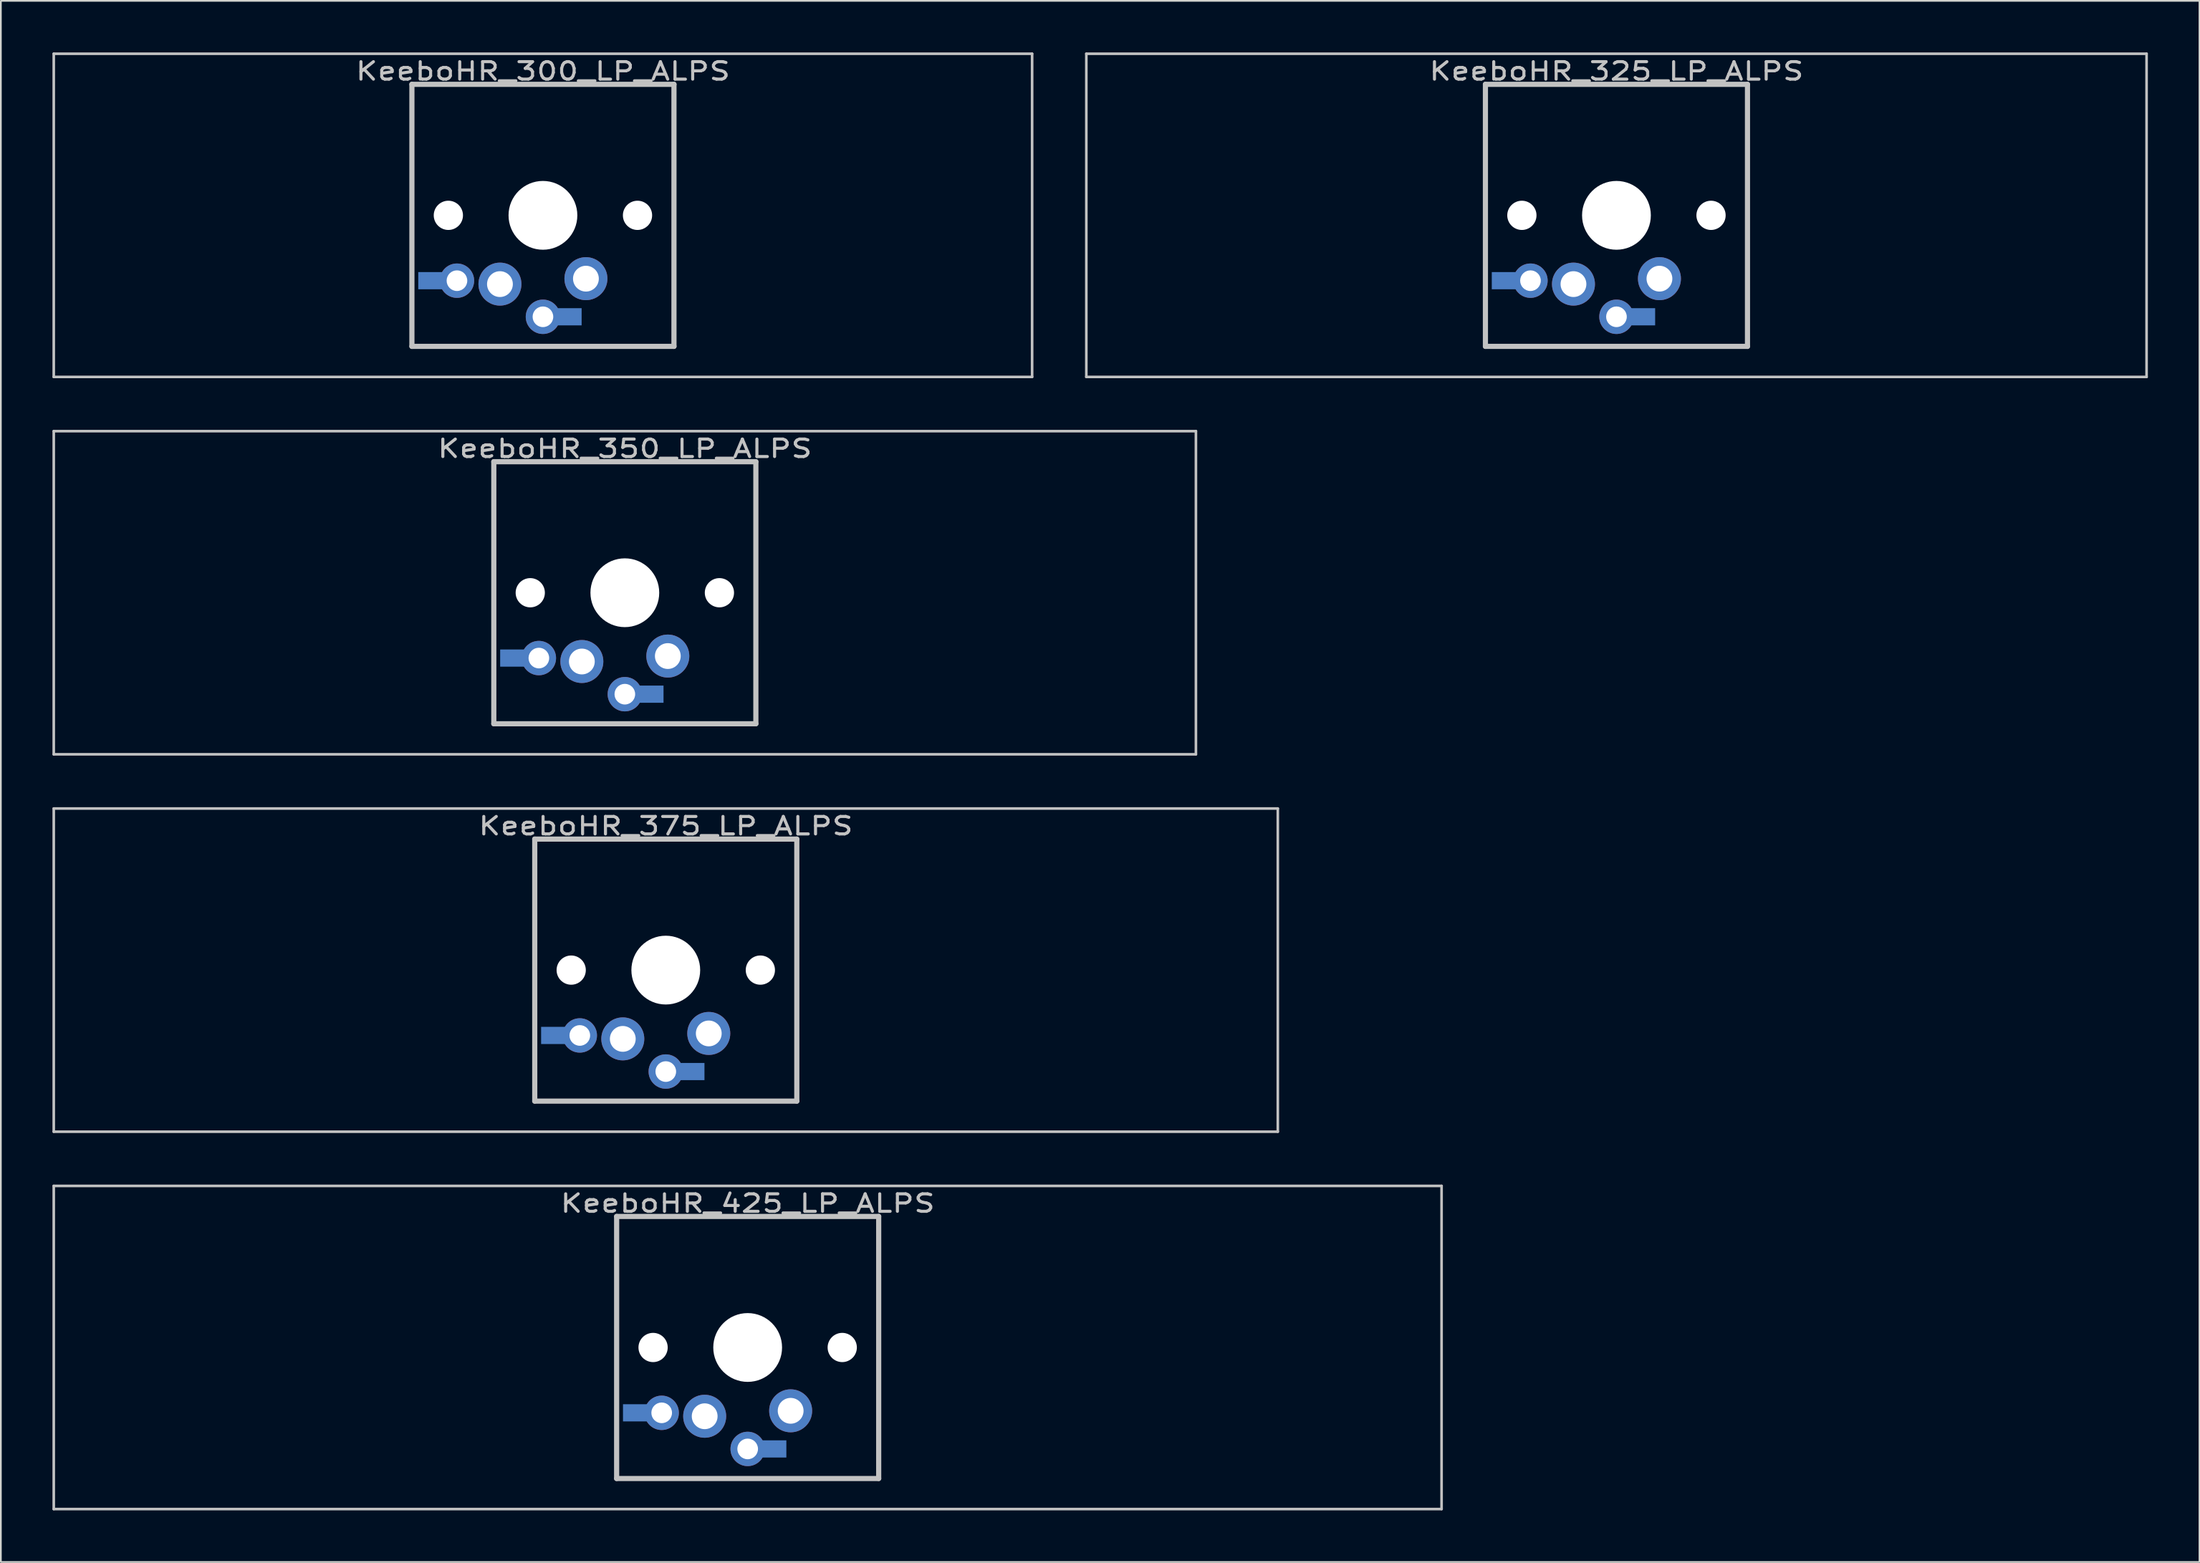
<source format=kicad_pcb>
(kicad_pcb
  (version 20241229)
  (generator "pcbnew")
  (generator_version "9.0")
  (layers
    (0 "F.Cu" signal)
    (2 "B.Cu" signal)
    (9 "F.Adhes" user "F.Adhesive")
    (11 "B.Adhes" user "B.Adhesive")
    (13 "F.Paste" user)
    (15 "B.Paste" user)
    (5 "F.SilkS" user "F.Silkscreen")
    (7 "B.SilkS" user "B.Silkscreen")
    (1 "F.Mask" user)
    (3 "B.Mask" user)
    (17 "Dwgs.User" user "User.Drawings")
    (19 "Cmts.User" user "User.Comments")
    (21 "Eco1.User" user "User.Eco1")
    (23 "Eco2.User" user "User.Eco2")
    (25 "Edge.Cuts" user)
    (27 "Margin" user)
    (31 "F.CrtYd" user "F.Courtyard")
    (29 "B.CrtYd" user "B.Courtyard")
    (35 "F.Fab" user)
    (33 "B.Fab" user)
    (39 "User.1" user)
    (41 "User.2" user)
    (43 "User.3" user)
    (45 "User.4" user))
  (footprint "KeeboHR_425_LP_ALPS"
    (layer "B.Cu")
    (at 40.43 75.319)
    (property "Reference" "KeeboHR_425_LP_ALPS" (at 0 -8.382 0) (layer "Dwgs.User") (effects (font (size 1.016 1.27) (thickness 0.178))))
    (attr through_hole)
    (fp_line (start -40.354 -9.398) (end 40.354 -9.398) (stroke (width 0.152) (type solid)) (layer "Dwgs.User"))
    (fp_line (start -40.354 9.398) (end -40.354 -9.398) (stroke (width 0.152) (type solid)) (layer "Dwgs.User"))
    (fp_line (start -7.62 -7.62) (end 7.62 -7.62) (stroke (width 0.3) (type solid)) (layer "Dwgs.User"))
    (fp_line (start -7.62 7.62) (end -7.62 -7.62) (stroke (width 0.3) (type solid)) (layer "Dwgs.User"))
    (fp_line (start 7.62 -7.62) (end 7.62 7.62) (stroke (width 0.3) (type solid)) (layer "Dwgs.User"))
    (fp_line (start 7.62 7.62) (end -7.62 7.62) (stroke (width 0.3) (type solid)) (layer "Dwgs.User"))
    (fp_line (start 40.354 -9.398) (end 40.354 9.398) (stroke (width 0.152) (type solid)) (layer "Dwgs.User"))
    (fp_line (start 40.354 9.398) (end -40.354 9.398) (stroke (width 0.152) (type solid)) (layer "Dwgs.User"))
    (pad "" np_thru_hole circle (at -5.5 0) (size 1.7 1.7) (drill 1.7) (layers "*.Cu" "*.Mask"))
    (pad "" np_thru_hole circle (at 0 0) (size 4 4) (drill 4) (layers "*.Cu" "*.Mask"))
    (pad "" np_thru_hole circle (at 5.5 0) (size 1.7 1.7) (drill 1.7) (layers "*.Cu" "*.Mask"))
    (pad "1" thru_hole circle (at 0 5.9) (size 2 2) (drill 1.2) (layers "*.Cu" "*.Mask"))
    (pad "1" smd rect (at 1.25 5.9) (size 2 1) (layers "B.Cu" "B.Mask"))
    (pad "1" thru_hole circle (at 2.5 3.683) (size 2.5 2.5) (drill 1.5) (layers "*.Cu" "*.Mask"))
    (pad "2" smd rect (at -6.25 3.8) (size 2 1) (layers "B.Cu" "B.Mask"))
    (pad "2" thru_hole circle (at -5 3.8) (size 2 2) (drill 1.2) (layers "*.Cu" "*.Mask"))
    (pad "2" thru_hole circle (at -2.5 4) (size 2.5 2.5) (drill 1.5) (layers "*.Cu" "*.Mask")))
  (footprint "KeeboHR_350_LP_ALPS"
    (layer "B.Cu")
    (at 33.287 31.423)
    (property "Reference" "KeeboHR_350_LP_ALPS" (at 0 -8.382 0) (layer "Dwgs.User") (effects (font (size 1.016 1.27) (thickness 0.178))))
    (attr through_hole)
    (fp_line (start -33.211 -9.398) (end 33.211 -9.398) (stroke (width 0.152) (type solid)) (layer "Dwgs.User"))
    (fp_line (start -33.211 9.398) (end -33.211 -9.398) (stroke (width 0.152) (type solid)) (layer "Dwgs.User"))
    (fp_line (start -7.62 -7.62) (end 7.62 -7.62) (stroke (width 0.3) (type solid)) (layer "Dwgs.User"))
    (fp_line (start -7.62 7.62) (end -7.62 -7.62) (stroke (width 0.3) (type solid)) (layer "Dwgs.User"))
    (fp_line (start 7.62 -7.62) (end 7.62 7.62) (stroke (width 0.3) (type solid)) (layer "Dwgs.User"))
    (fp_line (start 7.62 7.62) (end -7.62 7.62) (stroke (width 0.3) (type solid)) (layer "Dwgs.User"))
    (fp_line (start 33.211 -9.398) (end 33.211 9.398) (stroke (width 0.152) (type solid)) (layer "Dwgs.User"))
    (fp_line (start 33.211 9.398) (end -33.211 9.398) (stroke (width 0.152) (type solid)) (layer "Dwgs.User"))
    (pad "" np_thru_hole circle (at -5.5 0) (size 1.7 1.7) (drill 1.7) (layers "*.Cu" "*.Mask"))
    (pad "" np_thru_hole circle (at 0 0) (size 4 4) (drill 4) (layers "*.Cu" "*.Mask"))
    (pad "" np_thru_hole circle (at 5.5 0) (size 1.7 1.7) (drill 1.7) (layers "*.Cu" "*.Mask"))
    (pad "1" thru_hole circle (at 0 5.9) (size 2 2) (drill 1.2) (layers "*.Cu" "*.Mask"))
    (pad "1" smd rect (at 1.25 5.9) (size 2 1) (layers "B.Cu" "B.Mask"))
    (pad "1" thru_hole circle (at 2.5 3.683) (size 2.5 2.5) (drill 1.5) (layers "*.Cu" "*.Mask"))
    (pad "2" smd rect (at -6.25 3.8) (size 2 1) (layers "B.Cu" "B.Mask"))
    (pad "2" thru_hole circle (at -5 3.8) (size 2 2) (drill 1.2) (layers "*.Cu" "*.Mask"))
    (pad "2" thru_hole circle (at -2.5 4) (size 2.5 2.5) (drill 1.5) (layers "*.Cu" "*.Mask")))
  (footprint "KeeboHR_325_LP_ALPS"
    (layer "B.Cu")
    (at 90.954 9.474)
    (property "Reference" "KeeboHR_325_LP_ALPS" (at 0 -8.382 0) (layer "Dwgs.User") (effects (font (size 1.016 1.27) (thickness 0.178))))
    (attr through_hole)
    (fp_line (start -30.829 -9.398) (end 30.829 -9.398) (stroke (width 0.152) (type solid)) (layer "Dwgs.User"))
    (fp_line (start -30.829 9.398) (end -30.829 -9.398) (stroke (width 0.152) (type solid)) (layer "Dwgs.User"))
    (fp_line (start -7.62 -7.62) (end 7.62 -7.62) (stroke (width 0.3) (type solid)) (layer "Dwgs.User"))
    (fp_line (start -7.62 7.62) (end -7.62 -7.62) (stroke (width 0.3) (type solid)) (layer "Dwgs.User"))
    (fp_line (start 7.62 -7.62) (end 7.62 7.62) (stroke (width 0.3) (type solid)) (layer "Dwgs.User"))
    (fp_line (start 7.62 7.62) (end -7.62 7.62) (stroke (width 0.3) (type solid)) (layer "Dwgs.User"))
    (fp_line (start 30.829 -9.398) (end 30.829 9.398) (stroke (width 0.152) (type solid)) (layer "Dwgs.User"))
    (fp_line (start 30.829 9.398) (end -30.829 9.398) (stroke (width 0.152) (type solid)) (layer "Dwgs.User"))
    (pad "" np_thru_hole circle (at -5.5 0) (size 1.7 1.7) (drill 1.7) (layers "*.Cu" "*.Mask"))
    (pad "" np_thru_hole circle (at 0 0) (size 4 4) (drill 4) (layers "*.Cu" "*.Mask"))
    (pad "" np_thru_hole circle (at 5.5 0) (size 1.7 1.7) (drill 1.7) (layers "*.Cu" "*.Mask"))
    (pad "1" thru_hole circle (at 0 5.9) (size 2 2) (drill 1.2) (layers "*.Cu" "*.Mask"))
    (pad "1" smd rect (at 1.25 5.9) (size 2 1) (layers "B.Cu" "B.Mask"))
    (pad "1" thru_hole circle (at 2.5 3.683) (size 2.5 2.5) (drill 1.5) (layers "*.Cu" "*.Mask"))
    (pad "2" smd rect (at -6.25 3.8) (size 2 1) (layers "B.Cu" "B.Mask"))
    (pad "2" thru_hole circle (at -5 3.8) (size 2 2) (drill 1.2) (layers "*.Cu" "*.Mask"))
    (pad "2" thru_hole circle (at -2.5 4) (size 2.5 2.5) (drill 1.5) (layers "*.Cu" "*.Mask")))
  (footprint "KeeboHR_300_LP_ALPS"
    (layer "B.Cu")
    (at 28.524 9.474)
    (property "Reference" "KeeboHR_300_LP_ALPS" (at 0 -8.382 0) (layer "Dwgs.User") (effects (font (size 1.016 1.27) (thickness 0.178))))
    (attr through_hole)
    (fp_line (start -28.448 -9.398) (end 28.448 -9.398) (stroke (width 0.152) (type solid)) (layer "Dwgs.User"))
    (fp_line (start -28.448 9.398) (end -28.448 -9.398) (stroke (width 0.152) (type solid)) (layer "Dwgs.User"))
    (fp_line (start -7.62 -7.62) (end 7.62 -7.62) (stroke (width 0.3) (type solid)) (layer "Dwgs.User"))
    (fp_line (start -7.62 7.62) (end -7.62 -7.62) (stroke (width 0.3) (type solid)) (layer "Dwgs.User"))
    (fp_line (start 7.62 -7.62) (end 7.62 7.62) (stroke (width 0.3) (type solid)) (layer "Dwgs.User"))
    (fp_line (start 7.62 7.62) (end -7.62 7.62) (stroke (width 0.3) (type solid)) (layer "Dwgs.User"))
    (fp_line (start 28.448 -9.398) (end 28.448 9.398) (stroke (width 0.152) (type solid)) (layer "Dwgs.User"))
    (fp_line (start 28.448 9.398) (end -28.448 9.398) (stroke (width 0.152) (type solid)) (layer "Dwgs.User"))
    (pad "" np_thru_hole circle (at -5.5 0) (size 1.7 1.7) (drill 1.7) (layers "*.Cu" "*.Mask"))
    (pad "" np_thru_hole circle (at 0 0) (size 4 4) (drill 4) (layers "*.Cu" "*.Mask"))
    (pad "" np_thru_hole circle (at 5.5 0) (size 1.7 1.7) (drill 1.7) (layers "*.Cu" "*.Mask"))
    (pad "1" thru_hole circle (at 0 5.9) (size 2 2) (drill 1.2) (layers "*.Cu" "*.Mask"))
    (pad "1" smd rect (at 1.25 5.9) (size 2 1) (layers "B.Cu" "B.Mask"))
    (pad "1" thru_hole circle (at 2.5 3.683) (size 2.5 2.5) (drill 1.5) (layers "*.Cu" "*.Mask"))
    (pad "2" smd rect (at -6.25 3.8) (size 2 1) (layers "B.Cu" "B.Mask"))
    (pad "2" thru_hole circle (at -5 3.8) (size 2 2) (drill 1.2) (layers "*.Cu" "*.Mask"))
    (pad "2" thru_hole circle (at -2.5 4) (size 2.5 2.5) (drill 1.5) (layers "*.Cu" "*.Mask")))
  (footprint "KeeboHR_375_LP_ALPS"
    (layer "B.Cu")
    (at 35.668 53.371)
    (property "Reference" "KeeboHR_375_LP_ALPS" (at 0 -8.382 0) (layer "Dwgs.User") (effects (font (size 1.016 1.27) (thickness 0.178))))
    (attr through_hole)
    (fp_line (start -35.592 -9.398) (end 35.592 -9.398) (stroke (width 0.152) (type solid)) (layer "Dwgs.User"))
    (fp_line (start -35.592 9.398) (end -35.592 -9.398) (stroke (width 0.152) (type solid)) (layer "Dwgs.User"))
    (fp_line (start -7.62 -7.62) (end 7.62 -7.62) (stroke (width 0.3) (type solid)) (layer "Dwgs.User"))
    (fp_line (start -7.62 7.62) (end -7.62 -7.62) (stroke (width 0.3) (type solid)) (layer "Dwgs.User"))
    (fp_line (start 7.62 -7.62) (end 7.62 7.62) (stroke (width 0.3) (type solid)) (layer "Dwgs.User"))
    (fp_line (start 7.62 7.62) (end -7.62 7.62) (stroke (width 0.3) (type solid)) (layer "Dwgs.User"))
    (fp_line (start 35.592 -9.398) (end 35.592 9.398) (stroke (width 0.152) (type solid)) (layer "Dwgs.User"))
    (fp_line (start 35.592 9.398) (end -35.592 9.398) (stroke (width 0.152) (type solid)) (layer "Dwgs.User"))
    (pad "" np_thru_hole circle (at -5.5 0) (size 1.7 1.7) (drill 1.7) (layers "*.Cu" "*.Mask"))
    (pad "" np_thru_hole circle (at 0 0) (size 4 4) (drill 4) (layers "*.Cu" "*.Mask"))
    (pad "" np_thru_hole circle (at 5.5 0) (size 1.7 1.7) (drill 1.7) (layers "*.Cu" "*.Mask"))
    (pad "1" thru_hole circle (at 0 5.9) (size 2 2) (drill 1.2) (layers "*.Cu" "*.Mask"))
    (pad "1" smd rect (at 1.25 5.9) (size 2 1) (layers "B.Cu" "B.Mask"))
    (pad "1" thru_hole circle (at 2.5 3.683) (size 2.5 2.5) (drill 1.5) (layers "*.Cu" "*.Mask"))
    (pad "2" smd rect (at -6.25 3.8) (size 2 1) (layers "B.Cu" "B.Mask"))
    (pad "2" thru_hole circle (at -5 3.8) (size 2 2) (drill 1.2) (layers "*.Cu" "*.Mask"))
    (pad "2" thru_hole circle (at -2.5 4) (size 2.5 2.5) (drill 1.5) (layers "*.Cu" "*.Mask")))
  (gr_rect
    (start -3 -3)
    (end 124.859 87.794)
    (stroke (width 0.1) (type default))
    (fill no)
    (layer "Edge.Cuts")))
</source>
